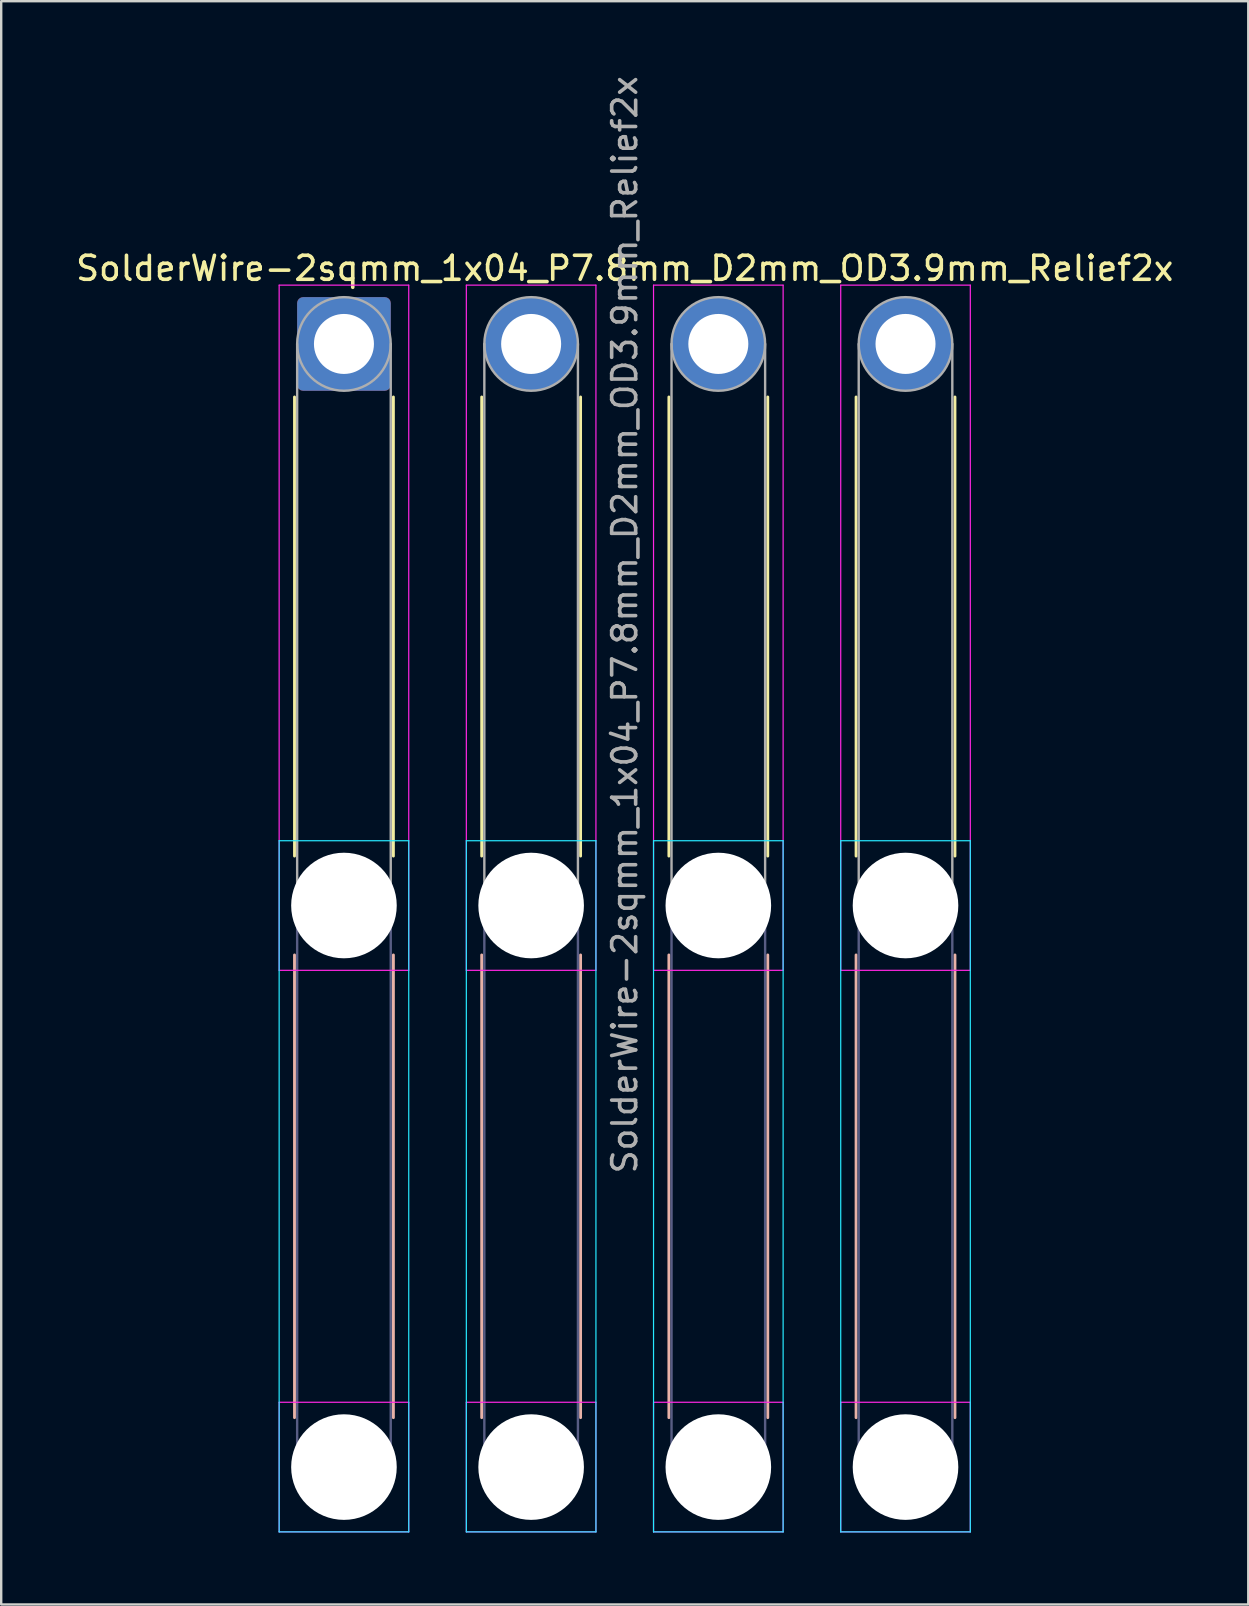
<source format=kicad_pcb>
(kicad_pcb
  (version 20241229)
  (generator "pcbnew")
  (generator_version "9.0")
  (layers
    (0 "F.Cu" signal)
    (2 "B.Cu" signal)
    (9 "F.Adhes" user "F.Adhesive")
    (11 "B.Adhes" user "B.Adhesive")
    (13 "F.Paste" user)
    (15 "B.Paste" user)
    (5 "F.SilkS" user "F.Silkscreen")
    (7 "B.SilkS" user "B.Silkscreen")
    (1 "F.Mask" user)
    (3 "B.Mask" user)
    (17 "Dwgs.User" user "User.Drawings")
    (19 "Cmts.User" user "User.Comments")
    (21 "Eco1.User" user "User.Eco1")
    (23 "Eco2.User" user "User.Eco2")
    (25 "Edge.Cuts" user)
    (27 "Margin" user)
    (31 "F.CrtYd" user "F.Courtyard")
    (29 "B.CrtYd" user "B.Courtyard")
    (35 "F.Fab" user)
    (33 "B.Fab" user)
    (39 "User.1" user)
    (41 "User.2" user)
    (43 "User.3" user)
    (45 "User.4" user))
  (footprint "SolderWire-2sqmm_1x04_P7.8mm_D2mm_OD3.9mm_Relief2x"
    (layer "F.Cu")
    (at 11.282 11.282)
    (property "Reference" "SolderWire-2sqmm_1x04_P7.8mm_D2mm_OD3.9mm_Relief2x" (at 11.7 -3.15 0) (layer "F.SilkS") (effects (font (size 1 1) (thickness 0.15))))
    (attr exclude_from_pos_files exclude_from_bom)
    (fp_line (start -2.06 2.21) (end -2.06 21.34) (stroke (width 0.12) (type solid)) (layer "F.SilkS"))
    (fp_line (start 2.06 2.21) (end 2.06 21.34) (stroke (width 0.12) (type solid)) (layer "F.SilkS"))
    (fp_line (start 5.74 2.21) (end 5.74 21.34) (stroke (width 0.12) (type solid)) (layer "F.SilkS"))
    (fp_line (start 9.86 2.21) (end 9.86 21.34) (stroke (width 0.12) (type solid)) (layer "F.SilkS"))
    (fp_line (start 13.54 2.21) (end 13.54 21.34) (stroke (width 0.12) (type solid)) (layer "F.SilkS"))
    (fp_line (start 17.66 2.21) (end 17.66 21.34) (stroke (width 0.12) (type solid)) (layer "F.SilkS"))
    (fp_line (start 21.34 2.21) (end 21.34 21.34) (stroke (width 0.12) (type solid)) (layer "F.SilkS"))
    (fp_line (start 25.46 2.21) (end 25.46 21.34) (stroke (width 0.12) (type solid)) (layer "F.SilkS"))
    (fp_line (start -2.06 25.46) (end -2.06 44.74) (stroke (width 0.12) (type solid)) (layer "B.SilkS"))
    (fp_line (start 2.06 25.46) (end 2.06 44.74) (stroke (width 0.12) (type solid)) (layer "B.SilkS"))
    (fp_line (start 5.74 25.46) (end 5.74 44.74) (stroke (width 0.12) (type solid)) (layer "B.SilkS"))
    (fp_line (start 9.86 25.46) (end 9.86 44.74) (stroke (width 0.12) (type solid)) (layer "B.SilkS"))
    (fp_line (start 13.54 25.46) (end 13.54 44.74) (stroke (width 0.12) (type solid)) (layer "B.SilkS"))
    (fp_line (start 17.66 25.46) (end 17.66 44.74) (stroke (width 0.12) (type solid)) (layer "B.SilkS"))
    (fp_line (start 21.34 25.46) (end 21.34 44.74) (stroke (width 0.12) (type solid)) (layer "B.SilkS"))
    (fp_line (start 25.46 25.46) (end 25.46 44.74) (stroke (width 0.12) (type solid)) (layer "B.SilkS"))
    (fp_line (start -2.7 20.7) (end -2.7 49.5) (stroke (width 0.05) (type solid)) (layer "B.CrtYd"))
    (fp_line (start -2.7 49.5) (end 2.7 49.5) (stroke (width 0.05) (type solid)) (layer "B.CrtYd"))
    (fp_line (start 2.7 20.7) (end -2.7 20.7) (stroke (width 0.05) (type solid)) (layer "B.CrtYd"))
    (fp_line (start 2.7 49.5) (end 2.7 20.7) (stroke (width 0.05) (type solid)) (layer "B.CrtYd"))
    (fp_line (start 5.1 20.7) (end 5.1 49.5) (stroke (width 0.05) (type solid)) (layer "B.CrtYd"))
    (fp_line (start 5.1 49.5) (end 10.5 49.5) (stroke (width 0.05) (type solid)) (layer "B.CrtYd"))
    (fp_line (start 10.5 20.7) (end 5.1 20.7) (stroke (width 0.05) (type solid)) (layer "B.CrtYd"))
    (fp_line (start 10.5 49.5) (end 10.5 20.7) (stroke (width 0.05) (type solid)) (layer "B.CrtYd"))
    (fp_line (start 12.9 20.7) (end 12.9 49.5) (stroke (width 0.05) (type solid)) (layer "B.CrtYd"))
    (fp_line (start 12.9 49.5) (end 18.3 49.5) (stroke (width 0.05) (type solid)) (layer "B.CrtYd"))
    (fp_line (start 18.3 20.7) (end 12.9 20.7) (stroke (width 0.05) (type solid)) (layer "B.CrtYd"))
    (fp_line (start 18.3 49.5) (end 18.3 20.7) (stroke (width 0.05) (type solid)) (layer "B.CrtYd"))
    (fp_line (start 20.7 20.7) (end 20.7 49.5) (stroke (width 0.05) (type solid)) (layer "B.CrtYd"))
    (fp_line (start 20.7 49.5) (end 26.1 49.5) (stroke (width 0.05) (type solid)) (layer "B.CrtYd"))
    (fp_line (start 26.1 20.7) (end 20.7 20.7) (stroke (width 0.05) (type solid)) (layer "B.CrtYd"))
    (fp_line (start 26.1 49.5) (end 26.1 20.7) (stroke (width 0.05) (type solid)) (layer "B.CrtYd"))
    (fp_line (start -2.7 -2.45) (end -2.7 26.1) (stroke (width 0.05) (type solid)) (layer "F.CrtYd"))
    (fp_line (start -2.7 26.1) (end 2.7 26.1) (stroke (width 0.05) (type solid)) (layer "F.CrtYd"))
    (fp_line (start -2.7 44.1) (end -2.7 49.5) (stroke (width 0.05) (type solid)) (layer "F.CrtYd"))
    (fp_line (start -2.7 49.5) (end 2.7 49.5) (stroke (width 0.05) (type solid)) (layer "F.CrtYd"))
    (fp_line (start 2.7 -2.45) (end -2.7 -2.45) (stroke (width 0.05) (type solid)) (layer "F.CrtYd"))
    (fp_line (start 2.7 26.1) (end 2.7 -2.45) (stroke (width 0.05) (type solid)) (layer "F.CrtYd"))
    (fp_line (start 2.7 44.1) (end -2.7 44.1) (stroke (width 0.05) (type solid)) (layer "F.CrtYd"))
    (fp_line (start 2.7 49.5) (end 2.7 44.1) (stroke (width 0.05) (type solid)) (layer "F.CrtYd"))
    (fp_line (start 5.1 -2.45) (end 5.1 26.1) (stroke (width 0.05) (type solid)) (layer "F.CrtYd"))
    (fp_line (start 5.1 26.1) (end 10.5 26.1) (stroke (width 0.05) (type solid)) (layer "F.CrtYd"))
    (fp_line (start 5.1 44.1) (end 5.1 49.5) (stroke (width 0.05) (type solid)) (layer "F.CrtYd"))
    (fp_line (start 5.1 49.5) (end 10.5 49.5) (stroke (width 0.05) (type solid)) (layer "F.CrtYd"))
    (fp_line (start 10.5 -2.45) (end 5.1 -2.45) (stroke (width 0.05) (type solid)) (layer "F.CrtYd"))
    (fp_line (start 10.5 26.1) (end 10.5 -2.45) (stroke (width 0.05) (type solid)) (layer "F.CrtYd"))
    (fp_line (start 10.5 44.1) (end 5.1 44.1) (stroke (width 0.05) (type solid)) (layer "F.CrtYd"))
    (fp_line (start 10.5 49.5) (end 10.5 44.1) (stroke (width 0.05) (type solid)) (layer "F.CrtYd"))
    (fp_line (start 12.9 -2.45) (end 12.9 26.1) (stroke (width 0.05) (type solid)) (layer "F.CrtYd"))
    (fp_line (start 12.9 26.1) (end 18.3 26.1) (stroke (width 0.05) (type solid)) (layer "F.CrtYd"))
    (fp_line (start 12.9 44.1) (end 12.9 49.5) (stroke (width 0.05) (type solid)) (layer "F.CrtYd"))
    (fp_line (start 12.9 49.5) (end 18.3 49.5) (stroke (width 0.05) (type solid)) (layer "F.CrtYd"))
    (fp_line (start 18.3 -2.45) (end 12.9 -2.45) (stroke (width 0.05) (type solid)) (layer "F.CrtYd"))
    (fp_line (start 18.3 26.1) (end 18.3 -2.45) (stroke (width 0.05) (type solid)) (layer "F.CrtYd"))
    (fp_line (start 18.3 44.1) (end 12.9 44.1) (stroke (width 0.05) (type solid)) (layer "F.CrtYd"))
    (fp_line (start 18.3 49.5) (end 18.3 44.1) (stroke (width 0.05) (type solid)) (layer "F.CrtYd"))
    (fp_line (start 20.7 -2.45) (end 20.7 26.1) (stroke (width 0.05) (type solid)) (layer "F.CrtYd"))
    (fp_line (start 20.7 26.1) (end 26.1 26.1) (stroke (width 0.05) (type solid)) (layer "F.CrtYd"))
    (fp_line (start 20.7 44.1) (end 20.7 49.5) (stroke (width 0.05) (type solid)) (layer "F.CrtYd"))
    (fp_line (start 20.7 49.5) (end 26.1 49.5) (stroke (width 0.05) (type solid)) (layer "F.CrtYd"))
    (fp_line (start 26.1 -2.45) (end 20.7 -2.45) (stroke (width 0.05) (type solid)) (layer "F.CrtYd"))
    (fp_line (start 26.1 26.1) (end 26.1 -2.45) (stroke (width 0.05) (type solid)) (layer "F.CrtYd"))
    (fp_line (start 26.1 44.1) (end 20.7 44.1) (stroke (width 0.05) (type solid)) (layer "F.CrtYd"))
    (fp_line (start 26.1 49.5) (end 26.1 44.1) (stroke (width 0.05) (type solid)) (layer "F.CrtYd"))
    (fp_line (start -1.95 23.4) (end -1.95 46.8) (stroke (width 0.1) (type solid)) (layer "B.Fab"))
    (fp_line (start 1.95 23.4) (end 1.95 46.8) (stroke (width 0.1) (type solid)) (layer "B.Fab"))
    (fp_line (start 5.85 23.4) (end 5.85 46.8) (stroke (width 0.1) (type solid)) (layer "B.Fab"))
    (fp_line (start 9.75 23.4) (end 9.75 46.8) (stroke (width 0.1) (type solid)) (layer "B.Fab"))
    (fp_line (start 13.65 23.4) (end 13.65 46.8) (stroke (width 0.1) (type solid)) (layer "B.Fab"))
    (fp_line (start 17.55 23.4) (end 17.55 46.8) (stroke (width 0.1) (type solid)) (layer "B.Fab"))
    (fp_line (start 21.45 23.4) (end 21.45 46.8) (stroke (width 0.1) (type solid)) (layer "B.Fab"))
    (fp_line (start 25.35 23.4) (end 25.35 46.8) (stroke (width 0.1) (type solid)) (layer "B.Fab"))
    (fp_circle (center 0 23.4) (end 1.95 23.4) (stroke (width 0.1) (type solid)) (fill no) (layer "B.Fab"))
    (fp_circle (center 0 46.8) (end 1.95 46.8) (stroke (width 0.1) (type solid)) (fill no) (layer "B.Fab"))
    (fp_circle (center 7.8 23.4) (end 9.75 23.4) (stroke (width 0.1) (type solid)) (fill no) (layer "B.Fab"))
    (fp_circle (center 7.8 46.8) (end 9.75 46.8) (stroke (width 0.1) (type solid)) (fill no) (layer "B.Fab"))
    (fp_circle (center 15.6 23.4) (end 17.55 23.4) (stroke (width 0.1) (type solid)) (fill no) (layer "B.Fab"))
    (fp_circle (center 15.6 46.8) (end 17.55 46.8) (stroke (width 0.1) (type solid)) (fill no) (layer "B.Fab"))
    (fp_circle (center 23.4 23.4) (end 25.35 23.4) (stroke (width 0.1) (type solid)) (fill no) (layer "B.Fab"))
    (fp_circle (center 23.4 46.8) (end 25.35 46.8) (stroke (width 0.1) (type solid)) (fill no) (layer "B.Fab"))
    (fp_line (start -1.95 0) (end -1.95 23.4) (stroke (width 0.1) (type solid)) (layer "F.Fab"))
    (fp_line (start 1.95 0) (end 1.95 23.4) (stroke (width 0.1) (type solid)) (layer "F.Fab"))
    (fp_line (start 5.85 0) (end 5.85 23.4) (stroke (width 0.1) (type solid)) (layer "F.Fab"))
    (fp_line (start 9.75 0) (end 9.75 23.4) (stroke (width 0.1) (type solid)) (layer "F.Fab"))
    (fp_line (start 13.65 0) (end 13.65 23.4) (stroke (width 0.1) (type solid)) (layer "F.Fab"))
    (fp_line (start 17.55 0) (end 17.55 23.4) (stroke (width 0.1) (type solid)) (layer "F.Fab"))
    (fp_line (start 21.45 0) (end 21.45 23.4) (stroke (width 0.1) (type solid)) (layer "F.Fab"))
    (fp_line (start 25.35 0) (end 25.35 23.4) (stroke (width 0.1) (type solid)) (layer "F.Fab"))
    (fp_circle (center 0 0) (end 1.95 0) (stroke (width 0.1) (type solid)) (fill no) (layer "F.Fab"))
    (fp_circle (center 0 23.4) (end 1.95 23.4) (stroke (width 0.1) (type solid)) (fill no) (layer "F.Fab"))
    (fp_circle (center 0 46.8) (end 1.95 46.8) (stroke (width 0.1) (type solid)) (fill no) (layer "F.Fab"))
    (fp_circle (center 7.8 0) (end 9.75 0) (stroke (width 0.1) (type solid)) (fill no) (layer "F.Fab"))
    (fp_circle (center 7.8 23.4) (end 9.75 23.4) (stroke (width 0.1) (type solid)) (fill no) (layer "F.Fab"))
    (fp_circle (center 7.8 46.8) (end 9.75 46.8) (stroke (width 0.1) (type solid)) (fill no) (layer "F.Fab"))
    (fp_circle (center 15.6 0) (end 17.55 0) (stroke (width 0.1) (type solid)) (fill no) (layer "F.Fab"))
    (fp_circle (center 15.6 23.4) (end 17.55 23.4) (stroke (width 0.1) (type solid)) (fill no) (layer "F.Fab"))
    (fp_circle (center 15.6 46.8) (end 17.55 46.8) (stroke (width 0.1) (type solid)) (fill no) (layer "F.Fab"))
    (fp_circle (center 23.4 0) (end 25.35 0) (stroke (width 0.1) (type solid)) (fill no) (layer "F.Fab"))
    (fp_circle (center 23.4 23.4) (end 25.35 23.4) (stroke (width 0.1) (type solid)) (fill no) (layer "F.Fab"))
    (fp_circle (center 23.4 46.8) (end 25.35 46.8) (stroke (width 0.1) (type solid)) (fill no) (layer "F.Fab"))
    (fp_text user "${REFERENCE}" (at 11.7 11.7 90) (layer "F.Fab") (effects (font (size 1 1) (thickness 0.15))))
    (pad "" np_thru_hole circle (at 0 23.4) (size 4.4 4.4) (drill 4.4) (layers "*.Cu" "*.Mask"))
    (pad "" np_thru_hole circle (at 0 46.8) (size 4.4 4.4) (drill 4.4) (layers "*.Cu" "*.Mask"))
    (pad "" np_thru_hole circle (at 7.8 23.4) (size 4.4 4.4) (drill 4.4) (layers "*.Cu" "*.Mask"))
    (pad "" np_thru_hole circle (at 7.8 46.8) (size 4.4 4.4) (drill 4.4) (layers "*.Cu" "*.Mask"))
    (pad "" np_thru_hole circle (at 15.6 23.4) (size 4.4 4.4) (drill 4.4) (layers "*.Cu" "*.Mask"))
    (pad "" np_thru_hole circle (at 15.6 46.8) (size 4.4 4.4) (drill 4.4) (layers "*.Cu" "*.Mask"))
    (pad "" np_thru_hole circle (at 23.4 23.4) (size 4.4 4.4) (drill 4.4) (layers "*.Cu" "*.Mask"))
    (pad "" np_thru_hole circle (at 23.4 46.8) (size 4.4 4.4) (drill 4.4) (layers "*.Cu" "*.Mask"))
    (pad "1" thru_hole roundrect (at 0 0) (size 3.9 3.9) (drill 2.5) (layers "*.Cu" "*.Mask") (roundrect_rratio 0.064))
    (pad "2" thru_hole circle (at 7.8 0) (size 3.9 3.9) (drill 2.5) (layers "*.Cu" "*.Mask"))
    (pad "3" thru_hole circle (at 15.6 0) (size 3.9 3.9) (drill 2.5) (layers "*.Cu" "*.Mask"))
    (pad "4" thru_hole circle (at 23.4 0) (size 3.9 3.9) (drill 2.5) (layers "*.Cu" "*.Mask")))
  (gr_rect
    (start -3 -3)
    (end 48.964 63.807)
    (stroke (width 0.1) (type default))
    (fill no)
    (layer "Edge.Cuts")))
</source>
